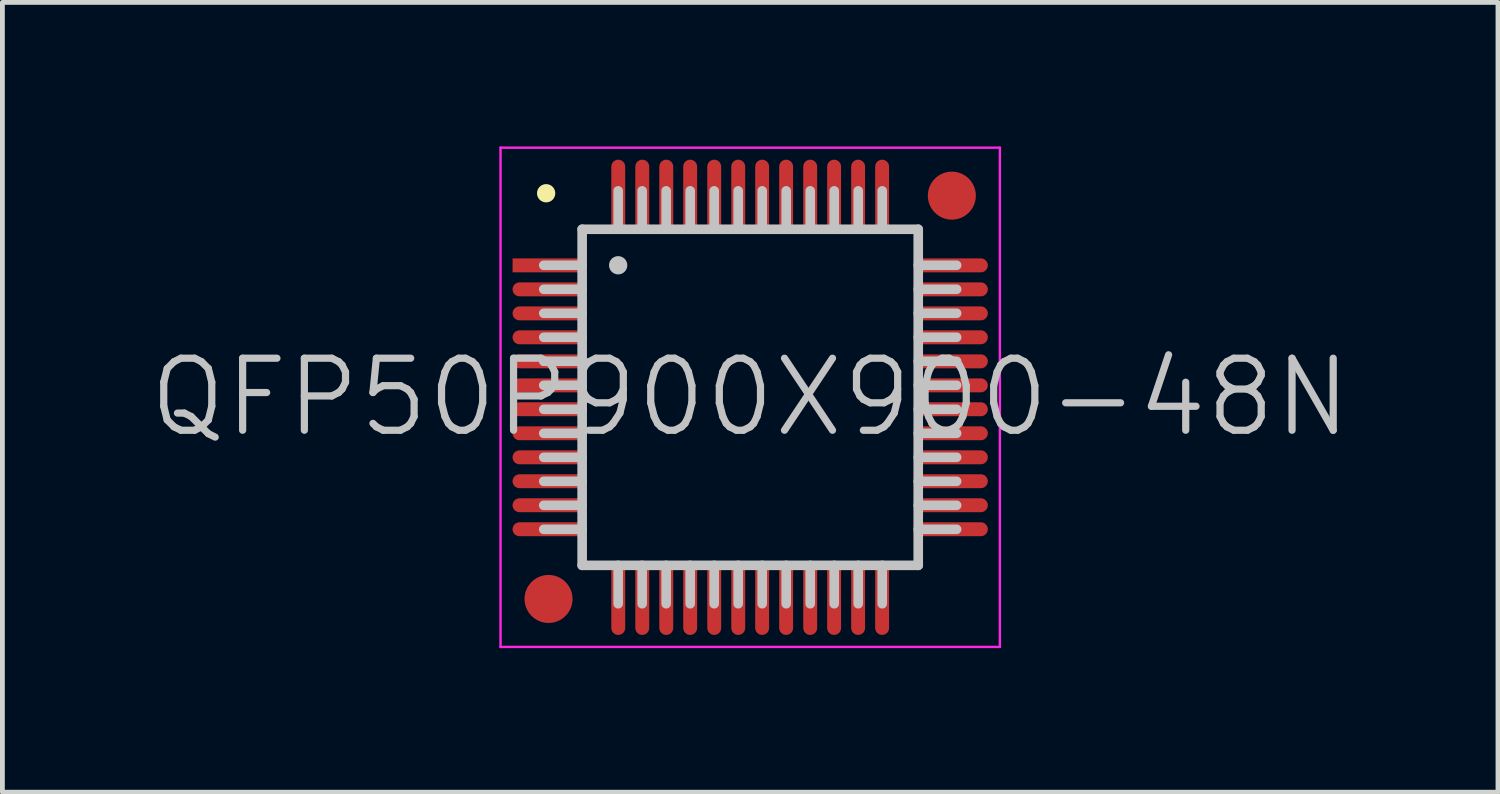
<source format=kicad_pcb>
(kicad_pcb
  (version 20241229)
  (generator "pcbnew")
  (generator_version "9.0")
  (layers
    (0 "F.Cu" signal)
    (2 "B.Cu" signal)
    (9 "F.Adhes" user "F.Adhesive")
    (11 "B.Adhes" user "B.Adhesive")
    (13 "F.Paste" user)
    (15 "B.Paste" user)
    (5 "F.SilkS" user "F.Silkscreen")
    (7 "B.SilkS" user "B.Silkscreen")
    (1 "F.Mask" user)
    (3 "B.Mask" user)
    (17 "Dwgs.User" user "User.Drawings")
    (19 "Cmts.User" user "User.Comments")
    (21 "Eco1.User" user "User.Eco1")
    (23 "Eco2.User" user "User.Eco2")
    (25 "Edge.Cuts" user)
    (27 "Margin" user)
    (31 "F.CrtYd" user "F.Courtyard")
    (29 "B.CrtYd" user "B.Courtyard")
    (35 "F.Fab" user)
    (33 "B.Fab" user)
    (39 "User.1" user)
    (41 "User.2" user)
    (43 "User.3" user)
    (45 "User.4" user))
  (footprint "QFP50P900X900-48N"
    (layer "F.Cu")
    (at 12.575 5.225)
    (property "Reference" "QFP50P900X900-48N" (at 0 0 0) (layer "Dwgs.User") (effects (font (size 1.5 1.5) (thickness 0.15))))
    (attr smd)
    (fp_line (start -4.25 -4.25) (end -4.25 -4.25) (stroke (width 0.381) (type solid)) (layer "F.SilkS"))
    (fp_line (start -3.5 -3.5) (end -3.5 3.5) (stroke (width 0.2) (type solid)) (layer "Dwgs.User"))
    (fp_line (start -3.5 -3.5) (end 3.5 -3.5) (stroke (width 0.2) (type solid)) (layer "Dwgs.User"))
    (fp_line (start -3.5 -2.75) (end -4.3 -2.75) (stroke (width 0.2) (type solid)) (layer "Dwgs.User"))
    (fp_line (start -3.5 -2.25) (end -4.3 -2.25) (stroke (width 0.2) (type solid)) (layer "Dwgs.User"))
    (fp_line (start -3.5 -1.75) (end -4.3 -1.75) (stroke (width 0.2) (type solid)) (layer "Dwgs.User"))
    (fp_line (start -3.5 -1.25) (end -4.3 -1.25) (stroke (width 0.2) (type solid)) (layer "Dwgs.User"))
    (fp_line (start -3.5 -0.75) (end -4.3 -0.75) (stroke (width 0.2) (type solid)) (layer "Dwgs.User"))
    (fp_line (start -3.5 -0.25) (end -4.3 -0.25) (stroke (width 0.2) (type solid)) (layer "Dwgs.User"))
    (fp_line (start -3.5 0.25) (end -4.3 0.25) (stroke (width 0.2) (type solid)) (layer "Dwgs.User"))
    (fp_line (start -3.5 0.75) (end -4.3 0.75) (stroke (width 0.2) (type solid)) (layer "Dwgs.User"))
    (fp_line (start -3.5 1.25) (end -4.3 1.25) (stroke (width 0.2) (type solid)) (layer "Dwgs.User"))
    (fp_line (start -3.5 1.75) (end -4.3 1.75) (stroke (width 0.2) (type solid)) (layer "Dwgs.User"))
    (fp_line (start -3.5 2.25) (end -4.3 2.25) (stroke (width 0.2) (type solid)) (layer "Dwgs.User"))
    (fp_line (start -3.5 2.75) (end -4.3 2.75) (stroke (width 0.2) (type solid)) (layer "Dwgs.User"))
    (fp_line (start -3.5 3.5) (end 3.5 3.5) (stroke (width 0.2) (type solid)) (layer "Dwgs.User"))
    (fp_line (start -2.75 -3.5) (end -2.75 -4.3) (stroke (width 0.2) (type solid)) (layer "Dwgs.User"))
    (fp_line (start -2.75 -2.75) (end -2.75 -2.75) (stroke (width 0.381) (type solid)) (layer "Dwgs.User"))
    (fp_line (start -2.75 4.3) (end -2.75 3.5) (stroke (width 0.2) (type solid)) (layer "Dwgs.User"))
    (fp_line (start -2.25 -3.5) (end -2.25 -4.3) (stroke (width 0.2) (type solid)) (layer "Dwgs.User"))
    (fp_line (start -2.25 4.3) (end -2.25 3.5) (stroke (width 0.2) (type solid)) (layer "Dwgs.User"))
    (fp_line (start -1.75 -3.5) (end -1.75 -4.3) (stroke (width 0.2) (type solid)) (layer "Dwgs.User"))
    (fp_line (start -1.75 4.3) (end -1.75 3.5) (stroke (width 0.2) (type solid)) (layer "Dwgs.User"))
    (fp_line (start -1.25 -3.5) (end -1.25 -4.3) (stroke (width 0.2) (type solid)) (layer "Dwgs.User"))
    (fp_line (start -1.25 4.3) (end -1.25 3.5) (stroke (width 0.2) (type solid)) (layer "Dwgs.User"))
    (fp_line (start -0.75 -3.5) (end -0.75 -4.3) (stroke (width 0.2) (type solid)) (layer "Dwgs.User"))
    (fp_line (start -0.75 4.3) (end -0.75 3.5) (stroke (width 0.2) (type solid)) (layer "Dwgs.User"))
    (fp_line (start -0.25 -3.5) (end -0.25 -4.3) (stroke (width 0.2) (type solid)) (layer "Dwgs.User"))
    (fp_line (start -0.25 4.3) (end -0.25 3.5) (stroke (width 0.2) (type solid)) (layer "Dwgs.User"))
    (fp_line (start 0.25 -3.5) (end 0.25 -4.3) (stroke (width 0.2) (type solid)) (layer "Dwgs.User"))
    (fp_line (start 0.25 4.3) (end 0.25 3.5) (stroke (width 0.2) (type solid)) (layer "Dwgs.User"))
    (fp_line (start 0.75 -3.5) (end 0.75 -4.3) (stroke (width 0.2) (type solid)) (layer "Dwgs.User"))
    (fp_line (start 0.75 4.3) (end 0.75 3.5) (stroke (width 0.2) (type solid)) (layer "Dwgs.User"))
    (fp_line (start 1.25 -3.5) (end 1.25 -4.3) (stroke (width 0.2) (type solid)) (layer "Dwgs.User"))
    (fp_line (start 1.25 4.3) (end 1.25 3.5) (stroke (width 0.2) (type solid)) (layer "Dwgs.User"))
    (fp_line (start 1.75 -3.5) (end 1.75 -4.3) (stroke (width 0.2) (type solid)) (layer "Dwgs.User"))
    (fp_line (start 1.75 4.3) (end 1.75 3.5) (stroke (width 0.2) (type solid)) (layer "Dwgs.User"))
    (fp_line (start 2.25 -3.5) (end 2.25 -4.3) (stroke (width 0.2) (type solid)) (layer "Dwgs.User"))
    (fp_line (start 2.25 4.3) (end 2.25 3.5) (stroke (width 0.2) (type solid)) (layer "Dwgs.User"))
    (fp_line (start 2.75 -3.5) (end 2.75 -4.3) (stroke (width 0.2) (type solid)) (layer "Dwgs.User"))
    (fp_line (start 2.75 4.3) (end 2.75 3.5) (stroke (width 0.2) (type solid)) (layer "Dwgs.User"))
    (fp_line (start 3.5 -3.5) (end 3.5 3.5) (stroke (width 0.2) (type solid)) (layer "Dwgs.User"))
    (fp_line (start 4.3 -2.75) (end 3.5 -2.75) (stroke (width 0.2) (type solid)) (layer "Dwgs.User"))
    (fp_line (start 4.3 -2.25) (end 3.5 -2.25) (stroke (width 0.2) (type solid)) (layer "Dwgs.User"))
    (fp_line (start 4.3 -1.75) (end 3.5 -1.75) (stroke (width 0.2) (type solid)) (layer "Dwgs.User"))
    (fp_line (start 4.3 -1.25) (end 3.5 -1.25) (stroke (width 0.2) (type solid)) (layer "Dwgs.User"))
    (fp_line (start 4.3 -0.75) (end 3.5 -0.75) (stroke (width 0.2) (type solid)) (layer "Dwgs.User"))
    (fp_line (start 4.3 -0.25) (end 3.5 -0.25) (stroke (width 0.2) (type solid)) (layer "Dwgs.User"))
    (fp_line (start 4.3 0.25) (end 3.5 0.25) (stroke (width 0.2) (type solid)) (layer "Dwgs.User"))
    (fp_line (start 4.3 0.75) (end 3.5 0.75) (stroke (width 0.2) (type solid)) (layer "Dwgs.User"))
    (fp_line (start 4.3 1.25) (end 3.5 1.25) (stroke (width 0.2) (type solid)) (layer "Dwgs.User"))
    (fp_line (start 4.3 1.75) (end 3.5 1.75) (stroke (width 0.2) (type solid)) (layer "Dwgs.User"))
    (fp_line (start 4.3 2.25) (end 3.5 2.25) (stroke (width 0.2) (type solid)) (layer "Dwgs.User"))
    (fp_line (start 4.3 2.75) (end 3.5 2.75) (stroke (width 0.2) (type solid)) (layer "Dwgs.User"))
    (fp_line (start -5.2 -5.2) (end -5.2 5.2) (stroke (width 0.05) (type solid)) (layer "F.CrtYd"))
    (fp_line (start -5.2 -5.2) (end 5.2 -5.2) (stroke (width 0.05) (type solid)) (layer "F.CrtYd"))
    (fp_line (start -5.2 5.2) (end 5.2 5.2) (stroke (width 0.05) (type solid)) (layer "F.CrtYd"))
    (fp_line (start 5.2 -5.2) (end 5.2 5.2) (stroke (width 0.05) (type solid)) (layer "F.CrtYd"))
    (pad "" smd circle (at -4.2 4.2) (size 1 1) (layers "F.Cu" "F.Mask"))
    (pad "" smd circle (at 4.2 -4.2) (size 1 1) (layers "F.Cu" "F.Mask"))
    (pad "1" smd rect (at -4.199 -2.748 90) (size 0.29 1.5) (layers "F.Cu" "F.Mask" "F.Paste"))
    (pad "2" smd oval (at -4.199 -2.248 90) (size 0.29 1.5) (layers "F.Cu" "F.Mask" "F.Paste"))
    (pad "3" smd oval (at -4.199 -1.748 90) (size 0.29 1.5) (layers "F.Cu" "F.Mask" "F.Paste"))
    (pad "4" smd oval (at -4.199 -1.25 90) (size 0.29 1.5) (layers "F.Cu" "F.Mask" "F.Paste"))
    (pad "5" smd oval (at -4.199 -0.749 90) (size 0.29 1.5) (layers "F.Cu" "F.Mask" "F.Paste"))
    (pad "6" smd oval (at -4.199 -0.249 90) (size 0.29 1.5) (layers "F.Cu" "F.Mask" "F.Paste"))
    (pad "7" smd oval (at -4.199 0.249 90) (size 0.29 1.5) (layers "F.Cu" "F.Mask" "F.Paste"))
    (pad "8" smd oval (at -4.199 0.749 90) (size 0.29 1.5) (layers "F.Cu" "F.Mask" "F.Paste"))
    (pad "9" smd oval (at -4.199 1.25 90) (size 0.29 1.5) (layers "F.Cu" "F.Mask" "F.Paste"))
    (pad "10" smd oval (at -4.199 1.748 90) (size 0.29 1.5) (layers "F.Cu" "F.Mask" "F.Paste"))
    (pad "11" smd oval (at -4.199 2.248 90) (size 0.29 1.5) (layers "F.Cu" "F.Mask" "F.Paste"))
    (pad "12" smd oval (at -4.199 2.748 90) (size 0.29 1.5) (layers "F.Cu" "F.Mask" "F.Paste"))
    (pad "13" smd oval (at -2.748 4.199 180) (size 0.29 1.5) (layers "F.Cu" "F.Mask" "F.Paste"))
    (pad "14" smd oval (at -2.248 4.199 180) (size 0.29 1.5) (layers "F.Cu" "F.Mask" "F.Paste"))
    (pad "15" smd oval (at -1.748 4.199 180) (size 0.29 1.5) (layers "F.Cu" "F.Mask" "F.Paste"))
    (pad "16" smd oval (at -1.25 4.199 180) (size 0.29 1.5) (layers "F.Cu" "F.Mask" "F.Paste"))
    (pad "17" smd oval (at -0.749 4.199 180) (size 0.29 1.5) (layers "F.Cu" "F.Mask" "F.Paste"))
    (pad "18" smd oval (at -0.249 4.199 180) (size 0.29 1.5) (layers "F.Cu" "F.Mask" "F.Paste"))
    (pad "19" smd oval (at 0.249 4.199 180) (size 0.29 1.5) (layers "F.Cu" "F.Mask" "F.Paste"))
    (pad "20" smd oval (at 0.749 4.199 180) (size 0.29 1.5) (layers "F.Cu" "F.Mask" "F.Paste"))
    (pad "21" smd oval (at 1.25 4.199 180) (size 0.29 1.5) (layers "F.Cu" "F.Mask" "F.Paste"))
    (pad "22" smd oval (at 1.748 4.199 180) (size 0.29 1.5) (layers "F.Cu" "F.Mask" "F.Paste"))
    (pad "23" smd oval (at 2.248 4.199 180) (size 0.29 1.5) (layers "F.Cu" "F.Mask" "F.Paste"))
    (pad "24" smd oval (at 2.748 4.199 180) (size 0.29 1.5) (layers "F.Cu" "F.Mask" "F.Paste"))
    (pad "25" smd oval (at 4.199 2.748 270) (size 0.29 1.5) (layers "F.Cu" "F.Mask" "F.Paste"))
    (pad "26" smd oval (at 4.199 2.248 270) (size 0.29 1.5) (layers "F.Cu" "F.Mask" "F.Paste"))
    (pad "27" smd oval (at 4.199 1.748 270) (size 0.29 1.5) (layers "F.Cu" "F.Mask" "F.Paste"))
    (pad "28" smd oval (at 4.199 1.25 270) (size 0.29 1.5) (layers "F.Cu" "F.Mask" "F.Paste"))
    (pad "29" smd oval (at 4.199 0.749 270) (size 0.29 1.5) (layers "F.Cu" "F.Mask" "F.Paste"))
    (pad "30" smd oval (at 4.199 0.249 270) (size 0.29 1.5) (layers "F.Cu" "F.Mask" "F.Paste"))
    (pad "31" smd oval (at 4.199 -0.249 270) (size 0.29 1.5) (layers "F.Cu" "F.Mask" "F.Paste"))
    (pad "32" smd oval (at 4.199 -0.749 270) (size 0.29 1.5) (layers "F.Cu" "F.Mask" "F.Paste"))
    (pad "33" smd oval (at 4.199 -1.25 270) (size 0.29 1.5) (layers "F.Cu" "F.Mask" "F.Paste"))
    (pad "34" smd oval (at 4.199 -1.748 270) (size 0.29 1.5) (layers "F.Cu" "F.Mask" "F.Paste"))
    (pad "35" smd oval (at 4.199 -2.248 270) (size 0.29 1.5) (layers "F.Cu" "F.Mask" "F.Paste"))
    (pad "36" smd oval (at 4.199 -2.748 270) (size 0.29 1.5) (layers "F.Cu" "F.Mask" "F.Paste"))
    (pad "37" smd oval (at 2.748 -4.199) (size 0.29 1.5) (layers "F.Cu" "F.Mask" "F.Paste"))
    (pad "38" smd oval (at 2.248 -4.199) (size 0.29 1.5) (layers "F.Cu" "F.Mask" "F.Paste"))
    (pad "39" smd oval (at 1.748 -4.199) (size 0.29 1.5) (layers "F.Cu" "F.Mask" "F.Paste"))
    (pad "40" smd oval (at 1.25 -4.199) (size 0.29 1.5) (layers "F.Cu" "F.Mask" "F.Paste"))
    (pad "41" smd oval (at 0.749 -4.199) (size 0.29 1.5) (layers "F.Cu" "F.Mask" "F.Paste"))
    (pad "42" smd oval (at 0.249 -4.199) (size 0.29 1.5) (layers "F.Cu" "F.Mask" "F.Paste"))
    (pad "43" smd oval (at -0.249 -4.199) (size 0.29 1.5) (layers "F.Cu" "F.Mask" "F.Paste"))
    (pad "44" smd oval (at -0.749 -4.199) (size 0.29 1.5) (layers "F.Cu" "F.Mask" "F.Paste"))
    (pad "45" smd oval (at -1.25 -4.199) (size 0.29 1.5) (layers "F.Cu" "F.Mask" "F.Paste"))
    (pad "46" smd oval (at -1.748 -4.199) (size 0.29 1.5) (layers "F.Cu" "F.Mask" "F.Paste"))
    (pad "47" smd oval (at -2.248 -4.199) (size 0.29 1.5) (layers "F.Cu" "F.Mask" "F.Paste"))
    (pad "48" smd oval (at -2.748 -4.199) (size 0.29 1.5) (layers "F.Cu" "F.Mask" "F.Paste")))
  (gr_rect
    (start -3 -3)
    (end 28.15 13.45)
    (stroke (width 0.1) (type default))
    (fill no)
    (layer "Edge.Cuts")))
</source>
